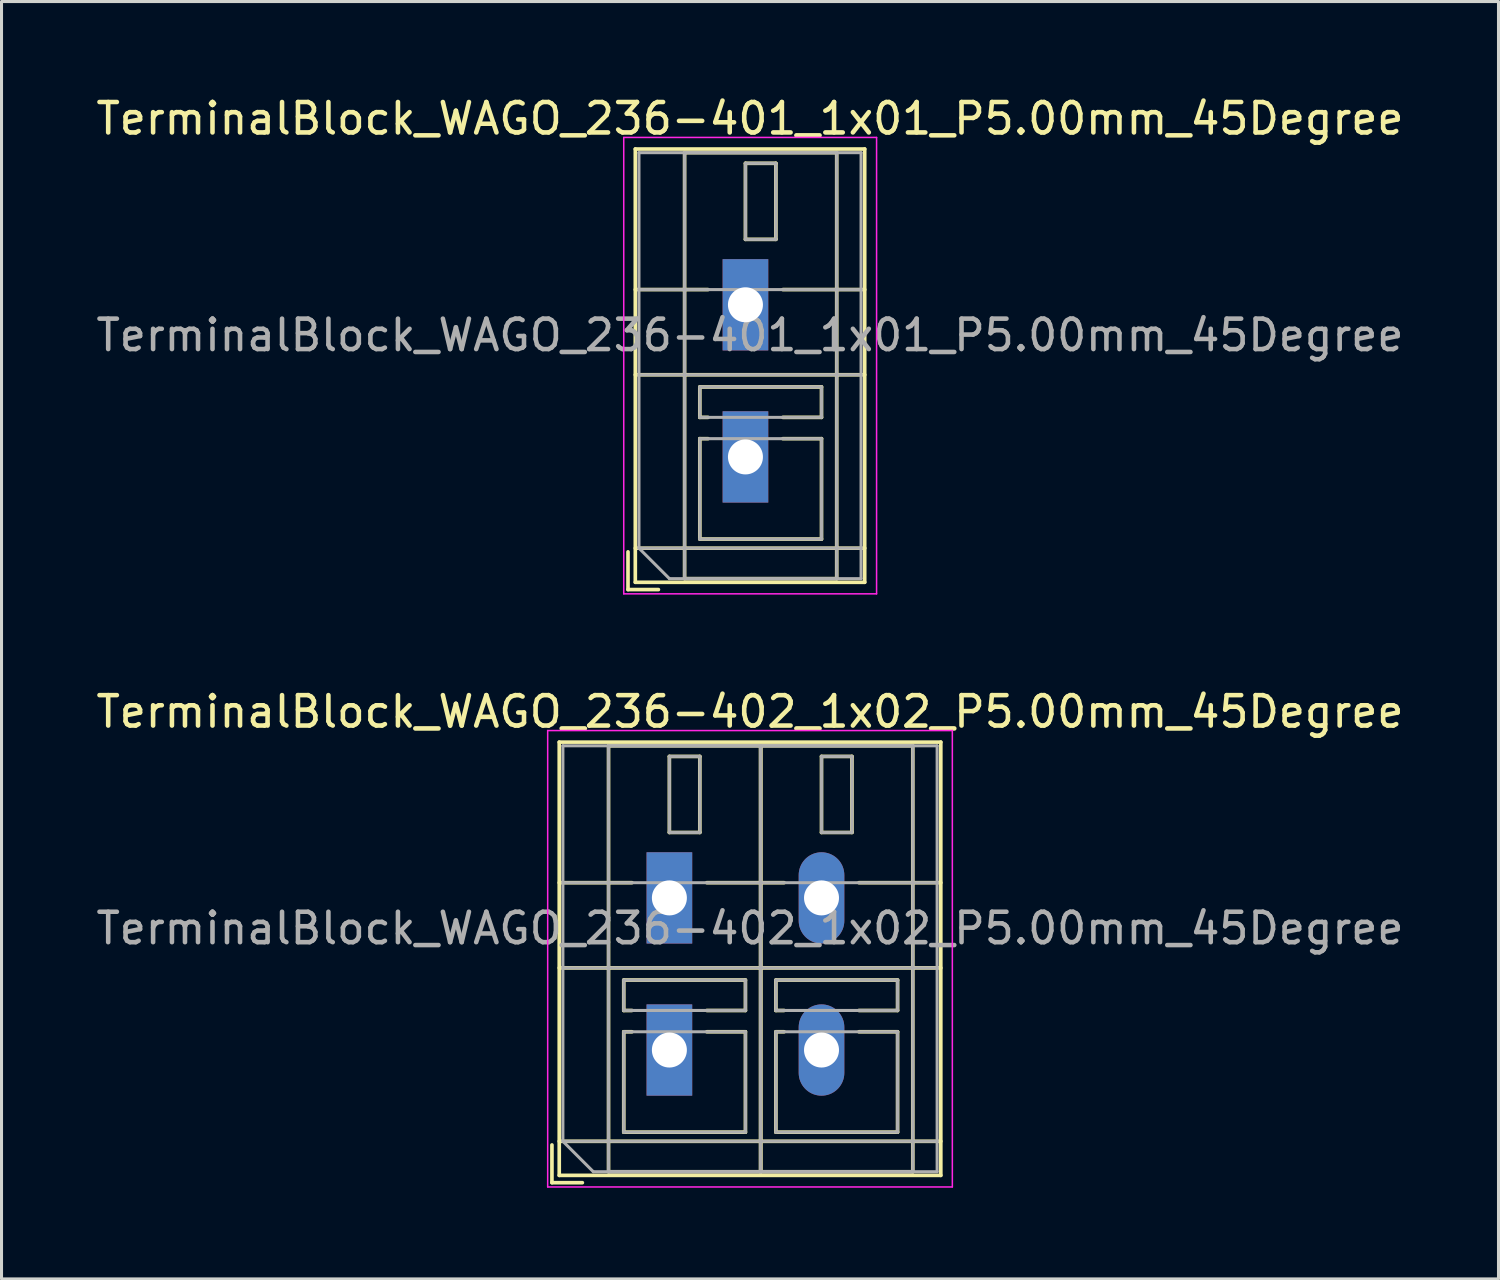
<source format=kicad_pcb>
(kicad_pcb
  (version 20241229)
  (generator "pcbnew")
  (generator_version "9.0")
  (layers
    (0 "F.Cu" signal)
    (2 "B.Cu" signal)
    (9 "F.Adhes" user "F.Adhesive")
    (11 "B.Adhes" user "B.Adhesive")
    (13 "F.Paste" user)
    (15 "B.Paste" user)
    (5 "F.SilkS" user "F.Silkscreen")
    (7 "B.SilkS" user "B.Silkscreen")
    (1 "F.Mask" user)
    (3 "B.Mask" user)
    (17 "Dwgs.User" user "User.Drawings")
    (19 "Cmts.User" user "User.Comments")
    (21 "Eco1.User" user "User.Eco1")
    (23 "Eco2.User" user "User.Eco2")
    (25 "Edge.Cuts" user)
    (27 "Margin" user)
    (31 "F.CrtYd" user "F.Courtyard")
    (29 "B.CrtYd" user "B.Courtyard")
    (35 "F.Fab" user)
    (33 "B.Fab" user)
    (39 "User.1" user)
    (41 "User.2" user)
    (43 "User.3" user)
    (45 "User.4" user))
  (footprint "TerminalBlock_WAGO_236-402_1x02_P5.00mm_45Degree"
    (layer "F.Cu")
    (at 18.951 26.462)
    (property "Reference" "TerminalBlock_WAGO_236-402_1x02_P5.00mm_45Degree" (at 2.65 -6.12 0) (layer "F.SilkS") (effects (font (size 1 1) (thickness 0.15))))
    (attr through_hole)
    (fp_line (start -3.86 8.12) (end -3.86 9.36) (stroke (width 0.12) (type solid)) (layer "F.SilkS"))
    (fp_line (start -3.86 9.36) (end -2.86 9.36) (stroke (width 0.12) (type solid)) (layer "F.SilkS"))
    (fp_line (start -3.62 -5.12) (end -3.62 9.12) (stroke (width 0.12) (type solid)) (layer "F.SilkS"))
    (fp_line (start -3.62 -5.12) (end 8.921 -5.12) (stroke (width 0.12) (type solid)) (layer "F.SilkS"))
    (fp_line (start -3.62 -0.5) (end -1.23 -0.5) (stroke (width 0.12) (type solid)) (layer "F.SilkS"))
    (fp_line (start -3.62 2.3) (end 8.921 2.3) (stroke (width 0.12) (type solid)) (layer "F.SilkS"))
    (fp_line (start -3.62 8) (end 8.921 8) (stroke (width 0.12) (type solid)) (layer "F.SilkS"))
    (fp_line (start -3.62 9.12) (end 8.921 9.12) (stroke (width 0.12) (type solid)) (layer "F.SilkS"))
    (fp_line (start -2 -5) (end -2 9) (stroke (width 0.12) (type solid)) (layer "F.SilkS"))
    (fp_line (start -2 -5) (end 3 -5) (stroke (width 0.12) (type solid)) (layer "F.SilkS"))
    (fp_line (start -2 9) (end 3 9) (stroke (width 0.12) (type solid)) (layer "F.SilkS"))
    (fp_line (start -1.5 2.7) (end -1.5 3.7) (stroke (width 0.12) (type solid)) (layer "F.SilkS"))
    (fp_line (start -1.5 2.7) (end 2.5 2.7) (stroke (width 0.12) (type solid)) (layer "F.SilkS"))
    (fp_line (start -1.5 3.7) (end -1.23 3.7) (stroke (width 0.12) (type solid)) (layer "F.SilkS"))
    (fp_line (start -1.5 4.4) (end -1.5 7.7) (stroke (width 0.12) (type solid)) (layer "F.SilkS"))
    (fp_line (start -1.5 4.4) (end -1.23 4.4) (stroke (width 0.12) (type solid)) (layer "F.SilkS"))
    (fp_line (start -1.5 7.7) (end 2.5 7.7) (stroke (width 0.12) (type solid)) (layer "F.SilkS"))
    (fp_line (start 0 -4.65) (end 0 -2.151) (stroke (width 0.12) (type solid)) (layer "F.SilkS"))
    (fp_line (start 0 -4.65) (end 1 -4.65) (stroke (width 0.12) (type solid)) (layer "F.SilkS"))
    (fp_line (start 0 -2.151) (end 1 -2.151) (stroke (width 0.12) (type solid)) (layer "F.SilkS"))
    (fp_line (start 1 -4.65) (end 1 -2.151) (stroke (width 0.12) (type solid)) (layer "F.SilkS"))
    (fp_line (start 1.23 -0.5) (end 3.77 -0.5) (stroke (width 0.12) (type solid)) (layer "F.SilkS"))
    (fp_line (start 1.23 3.7) (end 2.5 3.7) (stroke (width 0.12) (type solid)) (layer "F.SilkS"))
    (fp_line (start 1.23 4.4) (end 2.5 4.4) (stroke (width 0.12) (type solid)) (layer "F.SilkS"))
    (fp_line (start 2.5 2.7) (end 2.5 3.7) (stroke (width 0.12) (type solid)) (layer "F.SilkS"))
    (fp_line (start 2.5 4.4) (end 2.5 7.7) (stroke (width 0.12) (type solid)) (layer "F.SilkS"))
    (fp_line (start 3 -5) (end 3 9) (stroke (width 0.12) (type solid)) (layer "F.SilkS"))
    (fp_line (start 3 -5) (end 3 9) (stroke (width 0.12) (type solid)) (layer "F.SilkS"))
    (fp_line (start 3 -5) (end 8 -5) (stroke (width 0.12) (type solid)) (layer "F.SilkS"))
    (fp_line (start 3 9) (end 8 9) (stroke (width 0.12) (type solid)) (layer "F.SilkS"))
    (fp_line (start 3.5 2.7) (end 3.5 3.7) (stroke (width 0.12) (type solid)) (layer "F.SilkS"))
    (fp_line (start 3.5 2.7) (end 7.5 2.7) (stroke (width 0.12) (type solid)) (layer "F.SilkS"))
    (fp_line (start 3.5 3.7) (end 3.77 3.7) (stroke (width 0.12) (type solid)) (layer "F.SilkS"))
    (fp_line (start 3.5 4.4) (end 3.5 7.7) (stroke (width 0.12) (type solid)) (layer "F.SilkS"))
    (fp_line (start 3.5 4.4) (end 3.77 4.4) (stroke (width 0.12) (type solid)) (layer "F.SilkS"))
    (fp_line (start 3.5 7.7) (end 7.5 7.7) (stroke (width 0.12) (type solid)) (layer "F.SilkS"))
    (fp_line (start 5 -4.65) (end 5 -2.151) (stroke (width 0.12) (type solid)) (layer "F.SilkS"))
    (fp_line (start 5 -4.65) (end 6 -4.65) (stroke (width 0.12) (type solid)) (layer "F.SilkS"))
    (fp_line (start 5 -2.151) (end 6 -2.151) (stroke (width 0.12) (type solid)) (layer "F.SilkS"))
    (fp_line (start 6 -4.65) (end 6 -2.151) (stroke (width 0.12) (type solid)) (layer "F.SilkS"))
    (fp_line (start 6.23 -0.5) (end 8.921 -0.5) (stroke (width 0.12) (type solid)) (layer "F.SilkS"))
    (fp_line (start 6.23 3.7) (end 7.5 3.7) (stroke (width 0.12) (type solid)) (layer "F.SilkS"))
    (fp_line (start 6.23 4.4) (end 7.5 4.4) (stroke (width 0.12) (type solid)) (layer "F.SilkS"))
    (fp_line (start 7.5 2.7) (end 7.5 3.7) (stroke (width 0.12) (type solid)) (layer "F.SilkS"))
    (fp_line (start 7.5 4.4) (end 7.5 7.7) (stroke (width 0.12) (type solid)) (layer "F.SilkS"))
    (fp_line (start 8 -5) (end 8 9) (stroke (width 0.12) (type solid)) (layer "F.SilkS"))
    (fp_line (start 8.921 -5.12) (end 8.921 9.12) (stroke (width 0.12) (type solid)) (layer "F.SilkS"))
    (fp_line (start -4 -5.5) (end -4 9.5) (stroke (width 0.05) (type solid)) (layer "F.CrtYd"))
    (fp_line (start -4 9.5) (end 9.3 9.5) (stroke (width 0.05) (type solid)) (layer "F.CrtYd"))
    (fp_line (start 9.3 -5.5) (end -4 -5.5) (stroke (width 0.05) (type solid)) (layer "F.CrtYd"))
    (fp_line (start 9.3 9.5) (end 9.3 -5.5) (stroke (width 0.05) (type solid)) (layer "F.CrtYd"))
    (fp_line (start -3.5 -5) (end 8.8 -5) (stroke (width 0.1) (type solid)) (layer "F.Fab"))
    (fp_line (start -3.5 -0.5) (end 8.8 -0.5) (stroke (width 0.1) (type solid)) (layer "F.Fab"))
    (fp_line (start -3.5 2.3) (end 8.8 2.3) (stroke (width 0.1) (type solid)) (layer "F.Fab"))
    (fp_line (start -3.5 8) (end -3.5 -5) (stroke (width 0.1) (type solid)) (layer "F.Fab"))
    (fp_line (start -3.5 8) (end 8.8 8) (stroke (width 0.1) (type solid)) (layer "F.Fab"))
    (fp_line (start -2.5 9) (end -3.5 8) (stroke (width 0.1) (type solid)) (layer "F.Fab"))
    (fp_line (start -2 -5) (end -2 9) (stroke (width 0.1) (type solid)) (layer "F.Fab"))
    (fp_line (start -2 9) (end 3 9) (stroke (width 0.1) (type solid)) (layer "F.Fab"))
    (fp_line (start -1.5 2.7) (end -1.5 3.7) (stroke (width 0.1) (type solid)) (layer "F.Fab"))
    (fp_line (start -1.5 3.7) (end 2.5 3.7) (stroke (width 0.1) (type solid)) (layer "F.Fab"))
    (fp_line (start -1.5 4.4) (end -1.5 7.7) (stroke (width 0.1) (type solid)) (layer "F.Fab"))
    (fp_line (start -1.5 7.7) (end 2.5 7.7) (stroke (width 0.1) (type solid)) (layer "F.Fab"))
    (fp_line (start 0 -4.65) (end 0 -2.15) (stroke (width 0.1) (type solid)) (layer "F.Fab"))
    (fp_line (start 0 -2.15) (end 1 -2.15) (stroke (width 0.1) (type solid)) (layer "F.Fab"))
    (fp_line (start 1 -4.65) (end 0 -4.65) (stroke (width 0.1) (type solid)) (layer "F.Fab"))
    (fp_line (start 1 -2.15) (end 1 -4.65) (stroke (width 0.1) (type solid)) (layer "F.Fab"))
    (fp_line (start 2.5 2.7) (end -1.5 2.7) (stroke (width 0.1) (type solid)) (layer "F.Fab"))
    (fp_line (start 2.5 3.7) (end 2.5 2.7) (stroke (width 0.1) (type solid)) (layer "F.Fab"))
    (fp_line (start 2.5 4.4) (end -1.5 4.4) (stroke (width 0.1) (type solid)) (layer "F.Fab"))
    (fp_line (start 2.5 7.7) (end 2.5 4.4) (stroke (width 0.1) (type solid)) (layer "F.Fab"))
    (fp_line (start 3 -5) (end -2 -5) (stroke (width 0.1) (type solid)) (layer "F.Fab"))
    (fp_line (start 3 -5) (end 3 9) (stroke (width 0.1) (type solid)) (layer "F.Fab"))
    (fp_line (start 3 9) (end 3 -5) (stroke (width 0.1) (type solid)) (layer "F.Fab"))
    (fp_line (start 3 9) (end 8 9) (stroke (width 0.1) (type solid)) (layer "F.Fab"))
    (fp_line (start 3.5 2.7) (end 3.5 3.7) (stroke (width 0.1) (type solid)) (layer "F.Fab"))
    (fp_line (start 3.5 3.7) (end 7.5 3.7) (stroke (width 0.1) (type solid)) (layer "F.Fab"))
    (fp_line (start 3.5 4.4) (end 3.5 7.7) (stroke (width 0.1) (type solid)) (layer "F.Fab"))
    (fp_line (start 3.5 7.7) (end 7.5 7.7) (stroke (width 0.1) (type solid)) (layer "F.Fab"))
    (fp_line (start 5 -4.65) (end 5 -2.15) (stroke (width 0.1) (type solid)) (layer "F.Fab"))
    (fp_line (start 5 -2.15) (end 6 -2.15) (stroke (width 0.1) (type solid)) (layer "F.Fab"))
    (fp_line (start 6 -4.65) (end 5 -4.65) (stroke (width 0.1) (type solid)) (layer "F.Fab"))
    (fp_line (start 6 -2.15) (end 6 -4.65) (stroke (width 0.1) (type solid)) (layer "F.Fab"))
    (fp_line (start 7.5 2.7) (end 3.5 2.7) (stroke (width 0.1) (type solid)) (layer "F.Fab"))
    (fp_line (start 7.5 3.7) (end 7.5 2.7) (stroke (width 0.1) (type solid)) (layer "F.Fab"))
    (fp_line (start 7.5 4.4) (end 3.5 4.4) (stroke (width 0.1) (type solid)) (layer "F.Fab"))
    (fp_line (start 7.5 7.7) (end 7.5 4.4) (stroke (width 0.1) (type solid)) (layer "F.Fab"))
    (fp_line (start 8 -5) (end 3 -5) (stroke (width 0.1) (type solid)) (layer "F.Fab"))
    (fp_line (start 8 9) (end 8 -5) (stroke (width 0.1) (type solid)) (layer "F.Fab"))
    (fp_line (start 8.8 -5) (end 8.8 9) (stroke (width 0.1) (type solid)) (layer "F.Fab"))
    (fp_line (start 8.8 9) (end -2.5 9) (stroke (width 0.1) (type solid)) (layer "F.Fab"))
    (fp_text user "${REFERENCE}" (at 2.65 1 0) (layer "F.Fab") (effects (font (size 1 1) (thickness 0.15))))
    (pad "1" thru_hole rect (at 0 0) (size 1.5 3) (drill 1.15) (layers "*.Cu" "*.Mask"))
    (pad "1" thru_hole rect (at 0 5) (size 1.5 3) (drill 1.15) (layers "*.Cu" "*.Mask"))
    (pad "2" thru_hole oval (at 5 0) (size 1.5 3) (drill 1.15) (layers "*.Cu" "*.Mask"))
    (pad "2" thru_hole oval (at 5 5) (size 1.5 3) (drill 1.15) (layers "*.Cu" "*.Mask")))
  (footprint "TerminalBlock_WAGO_236-401_1x01_P5.00mm_45Degree"
    (layer "F.Cu")
    (at 21.451 6.968)
    (property "Reference" "TerminalBlock_WAGO_236-401_1x01_P5.00mm_45Degree" (at 0.15 -6.12 0) (layer "F.SilkS") (effects (font (size 1 1) (thickness 0.15))))
    (attr through_hole)
    (fp_line (start -3.86 8.12) (end -3.86 9.36) (stroke (width 0.12) (type solid)) (layer "F.SilkS"))
    (fp_line (start -3.86 9.36) (end -2.86 9.36) (stroke (width 0.12) (type solid)) (layer "F.SilkS"))
    (fp_line (start -3.62 -5.12) (end -3.62 9.12) (stroke (width 0.12) (type solid)) (layer "F.SilkS"))
    (fp_line (start -3.62 -5.12) (end 3.92 -5.12) (stroke (width 0.12) (type solid)) (layer "F.SilkS"))
    (fp_line (start -3.62 -0.5) (end -1.23 -0.5) (stroke (width 0.12) (type solid)) (layer "F.SilkS"))
    (fp_line (start -3.62 2.3) (end 3.92 2.3) (stroke (width 0.12) (type solid)) (layer "F.SilkS"))
    (fp_line (start -3.62 8) (end 3.92 8) (stroke (width 0.12) (type solid)) (layer "F.SilkS"))
    (fp_line (start -3.62 9.12) (end 3.92 9.12) (stroke (width 0.12) (type solid)) (layer "F.SilkS"))
    (fp_line (start -2 -5) (end -2 9) (stroke (width 0.12) (type solid)) (layer "F.SilkS"))
    (fp_line (start -2 -5) (end 3 -5) (stroke (width 0.12) (type solid)) (layer "F.SilkS"))
    (fp_line (start -2 9) (end 3 9) (stroke (width 0.12) (type solid)) (layer "F.SilkS"))
    (fp_line (start -1.5 2.7) (end -1.5 3.7) (stroke (width 0.12) (type solid)) (layer "F.SilkS"))
    (fp_line (start -1.5 2.7) (end 2.5 2.7) (stroke (width 0.12) (type solid)) (layer "F.SilkS"))
    (fp_line (start -1.5 3.7) (end -1.23 3.7) (stroke (width 0.12) (type solid)) (layer "F.SilkS"))
    (fp_line (start -1.5 4.4) (end -1.5 7.7) (stroke (width 0.12) (type solid)) (layer "F.SilkS"))
    (fp_line (start -1.5 4.4) (end -1.23 4.4) (stroke (width 0.12) (type solid)) (layer "F.SilkS"))
    (fp_line (start -1.5 7.7) (end 2.5 7.7) (stroke (width 0.12) (type solid)) (layer "F.SilkS"))
    (fp_line (start 0 -4.65) (end 0 -2.151) (stroke (width 0.12) (type solid)) (layer "F.SilkS"))
    (fp_line (start 0 -4.65) (end 1 -4.65) (stroke (width 0.12) (type solid)) (layer "F.SilkS"))
    (fp_line (start 0 -2.151) (end 1 -2.151) (stroke (width 0.12) (type solid)) (layer "F.SilkS"))
    (fp_line (start 1 -4.65) (end 1 -2.151) (stroke (width 0.12) (type solid)) (layer "F.SilkS"))
    (fp_line (start 1.23 -0.5) (end 3.92 -0.5) (stroke (width 0.12) (type solid)) (layer "F.SilkS"))
    (fp_line (start 1.23 3.7) (end 2.5 3.7) (stroke (width 0.12) (type solid)) (layer "F.SilkS"))
    (fp_line (start 1.23 4.4) (end 2.5 4.4) (stroke (width 0.12) (type solid)) (layer "F.SilkS"))
    (fp_line (start 2.5 2.7) (end 2.5 3.7) (stroke (width 0.12) (type solid)) (layer "F.SilkS"))
    (fp_line (start 2.5 4.4) (end 2.5 7.7) (stroke (width 0.12) (type solid)) (layer "F.SilkS"))
    (fp_line (start 3 -5) (end 3 9) (stroke (width 0.12) (type solid)) (layer "F.SilkS"))
    (fp_line (start 3.92 -5.12) (end 3.92 9.12) (stroke (width 0.12) (type solid)) (layer "F.SilkS"))
    (fp_line (start -4 -5.5) (end -4 9.5) (stroke (width 0.05) (type solid)) (layer "F.CrtYd"))
    (fp_line (start -4 9.5) (end 4.31 9.5) (stroke (width 0.05) (type solid)) (layer "F.CrtYd"))
    (fp_line (start 4.31 -5.5) (end -4 -5.5) (stroke (width 0.05) (type solid)) (layer "F.CrtYd"))
    (fp_line (start 4.31 9.5) (end 4.31 -5.5) (stroke (width 0.05) (type solid)) (layer "F.CrtYd"))
    (fp_line (start -3.5 -5) (end 3.8 -5) (stroke (width 0.1) (type solid)) (layer "F.Fab"))
    (fp_line (start -3.5 -0.5) (end 3.8 -0.5) (stroke (width 0.1) (type solid)) (layer "F.Fab"))
    (fp_line (start -3.5 2.3) (end 3.8 2.3) (stroke (width 0.1) (type solid)) (layer "F.Fab"))
    (fp_line (start -3.5 8) (end -3.5 -5) (stroke (width 0.1) (type solid)) (layer "F.Fab"))
    (fp_line (start -3.5 8) (end 3.8 8) (stroke (width 0.1) (type solid)) (layer "F.Fab"))
    (fp_line (start -2.5 9) (end -3.5 8) (stroke (width 0.1) (type solid)) (layer "F.Fab"))
    (fp_line (start -2 -5) (end -2 9) (stroke (width 0.1) (type solid)) (layer "F.Fab"))
    (fp_line (start -2 9) (end 3 9) (stroke (width 0.1) (type solid)) (layer "F.Fab"))
    (fp_line (start -1.5 2.7) (end -1.5 3.7) (stroke (width 0.1) (type solid)) (layer "F.Fab"))
    (fp_line (start -1.5 3.7) (end 2.5 3.7) (stroke (width 0.1) (type solid)) (layer "F.Fab"))
    (fp_line (start -1.5 4.4) (end -1.5 7.7) (stroke (width 0.1) (type solid)) (layer "F.Fab"))
    (fp_line (start -1.5 7.7) (end 2.5 7.7) (stroke (width 0.1) (type solid)) (layer "F.Fab"))
    (fp_line (start 0 -4.65) (end 0 -2.15) (stroke (width 0.1) (type solid)) (layer "F.Fab"))
    (fp_line (start 0 -2.15) (end 1 -2.15) (stroke (width 0.1) (type solid)) (layer "F.Fab"))
    (fp_line (start 1 -4.65) (end 0 -4.65) (stroke (width 0.1) (type solid)) (layer "F.Fab"))
    (fp_line (start 1 -2.15) (end 1 -4.65) (stroke (width 0.1) (type solid)) (layer "F.Fab"))
    (fp_line (start 2.5 2.7) (end -1.5 2.7) (stroke (width 0.1) (type solid)) (layer "F.Fab"))
    (fp_line (start 2.5 3.7) (end 2.5 2.7) (stroke (width 0.1) (type solid)) (layer "F.Fab"))
    (fp_line (start 2.5 4.4) (end -1.5 4.4) (stroke (width 0.1) (type solid)) (layer "F.Fab"))
    (fp_line (start 2.5 7.7) (end 2.5 4.4) (stroke (width 0.1) (type solid)) (layer "F.Fab"))
    (fp_line (start 3 -5) (end -2 -5) (stroke (width 0.1) (type solid)) (layer "F.Fab"))
    (fp_line (start 3 9) (end 3 -5) (stroke (width 0.1) (type solid)) (layer "F.Fab"))
    (fp_line (start 3.8 -5) (end 3.8 9) (stroke (width 0.1) (type solid)) (layer "F.Fab"))
    (fp_line (start 3.8 9) (end -2.5 9) (stroke (width 0.1) (type solid)) (layer "F.Fab"))
    (fp_text user "${REFERENCE}" (at 0.15 1 0) (layer "F.Fab") (effects (font (size 1 1) (thickness 0.15))))
    (pad "1" thru_hole rect (at 0 0) (size 1.5 3) (drill 1.15) (layers "*.Cu" "*.Mask"))
    (pad "1" thru_hole rect (at 0 5) (size 1.5 3) (drill 1.15) (layers "*.Cu" "*.Mask")))
  (gr_rect
    (start -3 -3)
    (end 46.202 38.986)
    (stroke (width 0.1) (type default))
    (fill no)
    (layer "Edge.Cuts")))
</source>
